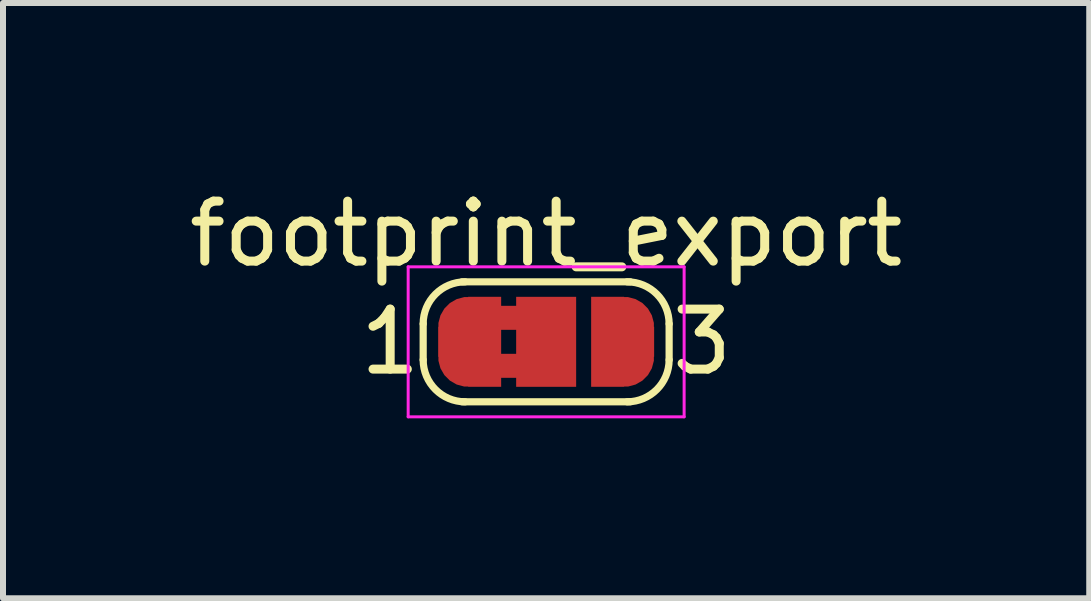
<source format=kicad_pcb>
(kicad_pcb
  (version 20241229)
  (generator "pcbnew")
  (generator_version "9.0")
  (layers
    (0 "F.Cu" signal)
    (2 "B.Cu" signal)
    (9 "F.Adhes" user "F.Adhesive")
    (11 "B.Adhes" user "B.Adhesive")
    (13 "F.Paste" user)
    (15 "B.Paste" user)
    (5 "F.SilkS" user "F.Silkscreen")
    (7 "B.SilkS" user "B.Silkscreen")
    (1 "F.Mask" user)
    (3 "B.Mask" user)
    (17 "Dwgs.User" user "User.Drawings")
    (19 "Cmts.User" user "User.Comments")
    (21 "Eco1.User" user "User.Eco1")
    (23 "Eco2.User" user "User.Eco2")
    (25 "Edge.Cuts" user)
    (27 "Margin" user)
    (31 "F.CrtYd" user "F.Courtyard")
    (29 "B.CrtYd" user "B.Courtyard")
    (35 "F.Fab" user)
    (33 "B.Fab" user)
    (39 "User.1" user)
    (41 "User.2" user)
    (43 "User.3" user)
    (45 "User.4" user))
  (footprint "footprint_export"
    (layer "F.Cu")
    (at 6.054 2.648)
    (property "Reference" "footprint_export" (at 0 -1.8 0) (layer "F.SilkS") (effects (font (size 1 1) (thickness 0.15))))
    (attr exclude_from_pos_files exclude_from_bom)
    (fp_poly (pts (xy -0.9 -0.6) (xy -0.4 -0.6) (xy -0.4 -0.2) (xy -0.9 -0.2)) (stroke (width 0) (type solid)) (fill yes) (layer "F.Cu"))
    (fp_poly (pts (xy -0.9 0.2) (xy -0.4 0.2) (xy -0.4 0.6) (xy -0.9 0.6)) (stroke (width 0) (type solid)) (fill yes) (layer "F.Cu"))
    (fp_line (start -2.05 0.3) (end -2.05 -0.3) (stroke (width 0.12) (type solid)) (layer "F.SilkS"))
    (fp_line (start -1.4 -1) (end 1.4 -1) (stroke (width 0.12) (type solid)) (layer "F.SilkS"))
    (fp_line (start 1.4 1) (end -1.4 1) (stroke (width 0.12) (type solid)) (layer "F.SilkS"))
    (fp_line (start 2.05 -0.3) (end 2.05 0.3) (stroke (width 0.12) (type solid)) (layer "F.SilkS"))
    (fp_arc (start -2.05 -0.3) (mid -1.844975 -0.794975) (end -1.35 -1) (stroke (width 0.12) (type solid)) (layer "F.SilkS"))
    (fp_arc (start -1.35 1) (mid -1.844975 0.794975) (end -2.05 0.3) (stroke (width 0.12) (type solid)) (layer "F.SilkS"))
    (fp_arc (start 1.35 -1) (mid 1.844975 -0.794975) (end 2.05 -0.3) (stroke (width 0.12) (type solid)) (layer "F.SilkS"))
    (fp_arc (start 2.05 0.3) (mid 1.844975 0.794975) (end 1.35 1) (stroke (width 0.12) (type solid)) (layer "F.SilkS"))
    (fp_line (start -2.3 -1.25) (end -2.3 1.25) (stroke (width 0.05) (type solid)) (layer "F.CrtYd"))
    (fp_line (start -2.3 -1.25) (end 2.3 -1.25) (stroke (width 0.05) (type solid)) (layer "F.CrtYd"))
    (fp_line (start 2.3 1.25) (end -2.3 1.25) (stroke (width 0.05) (type solid)) (layer "F.CrtYd"))
    (fp_line (start 2.3 1.25) (end 2.3 -1.25) (stroke (width 0.05) (type solid)) (layer "F.CrtYd"))
    (fp_text user "3" (at 2.6 0 0) (layer "F.SilkS") (effects (font (size 1 1) (thickness 0.15))))
    (fp_text user "1" (at -2.6 0 0) (layer "F.SilkS") (effects (font (size 1 1) (thickness 0.15))))
    (pad "1" smd custom (at -1.3 0) (size 1 0.5) (layers "F.Cu" "F.Mask") (options (anchor rect)) (primitives (gr_circle (center 0 0.25) (end 0.5 0.25) (width 0) (fill yes)) (gr_circle (center 0 -0.25) (end 0.5 -0.25) (width 0) (fill yes)) (gr_poly (pts (xy 0.55 0.75) (xy 0 0.75) (xy 0 -0.75) (xy 0.55 -0.75)) (width 0) (fill yes))))
    (pad "2" smd rect (at 0 0) (size 1 1.5) (layers "F.Cu" "F.Mask"))
    (pad "3" smd custom (at 1.3 0) (size 1 0.5) (layers "F.Cu" "F.Mask") (options (anchor rect)) (primitives (gr_circle (center 0 0.25) (end 0.5 0.25) (width 0) (fill yes)) (gr_circle (center 0 -0.25) (end 0.5 -0.25) (width 0) (fill yes)) (gr_poly (pts (xy 0 0.75) (xy -0.55 0.75) (xy -0.55 -0.75) (xy 0 -0.75)) (width 0) (fill yes)))))
  (gr_rect
    (start -3 -3)
    (end 15.107 6.923)
    (stroke (width 0.1) (type default))
    (fill no)
    (layer "Edge.Cuts")))
</source>
